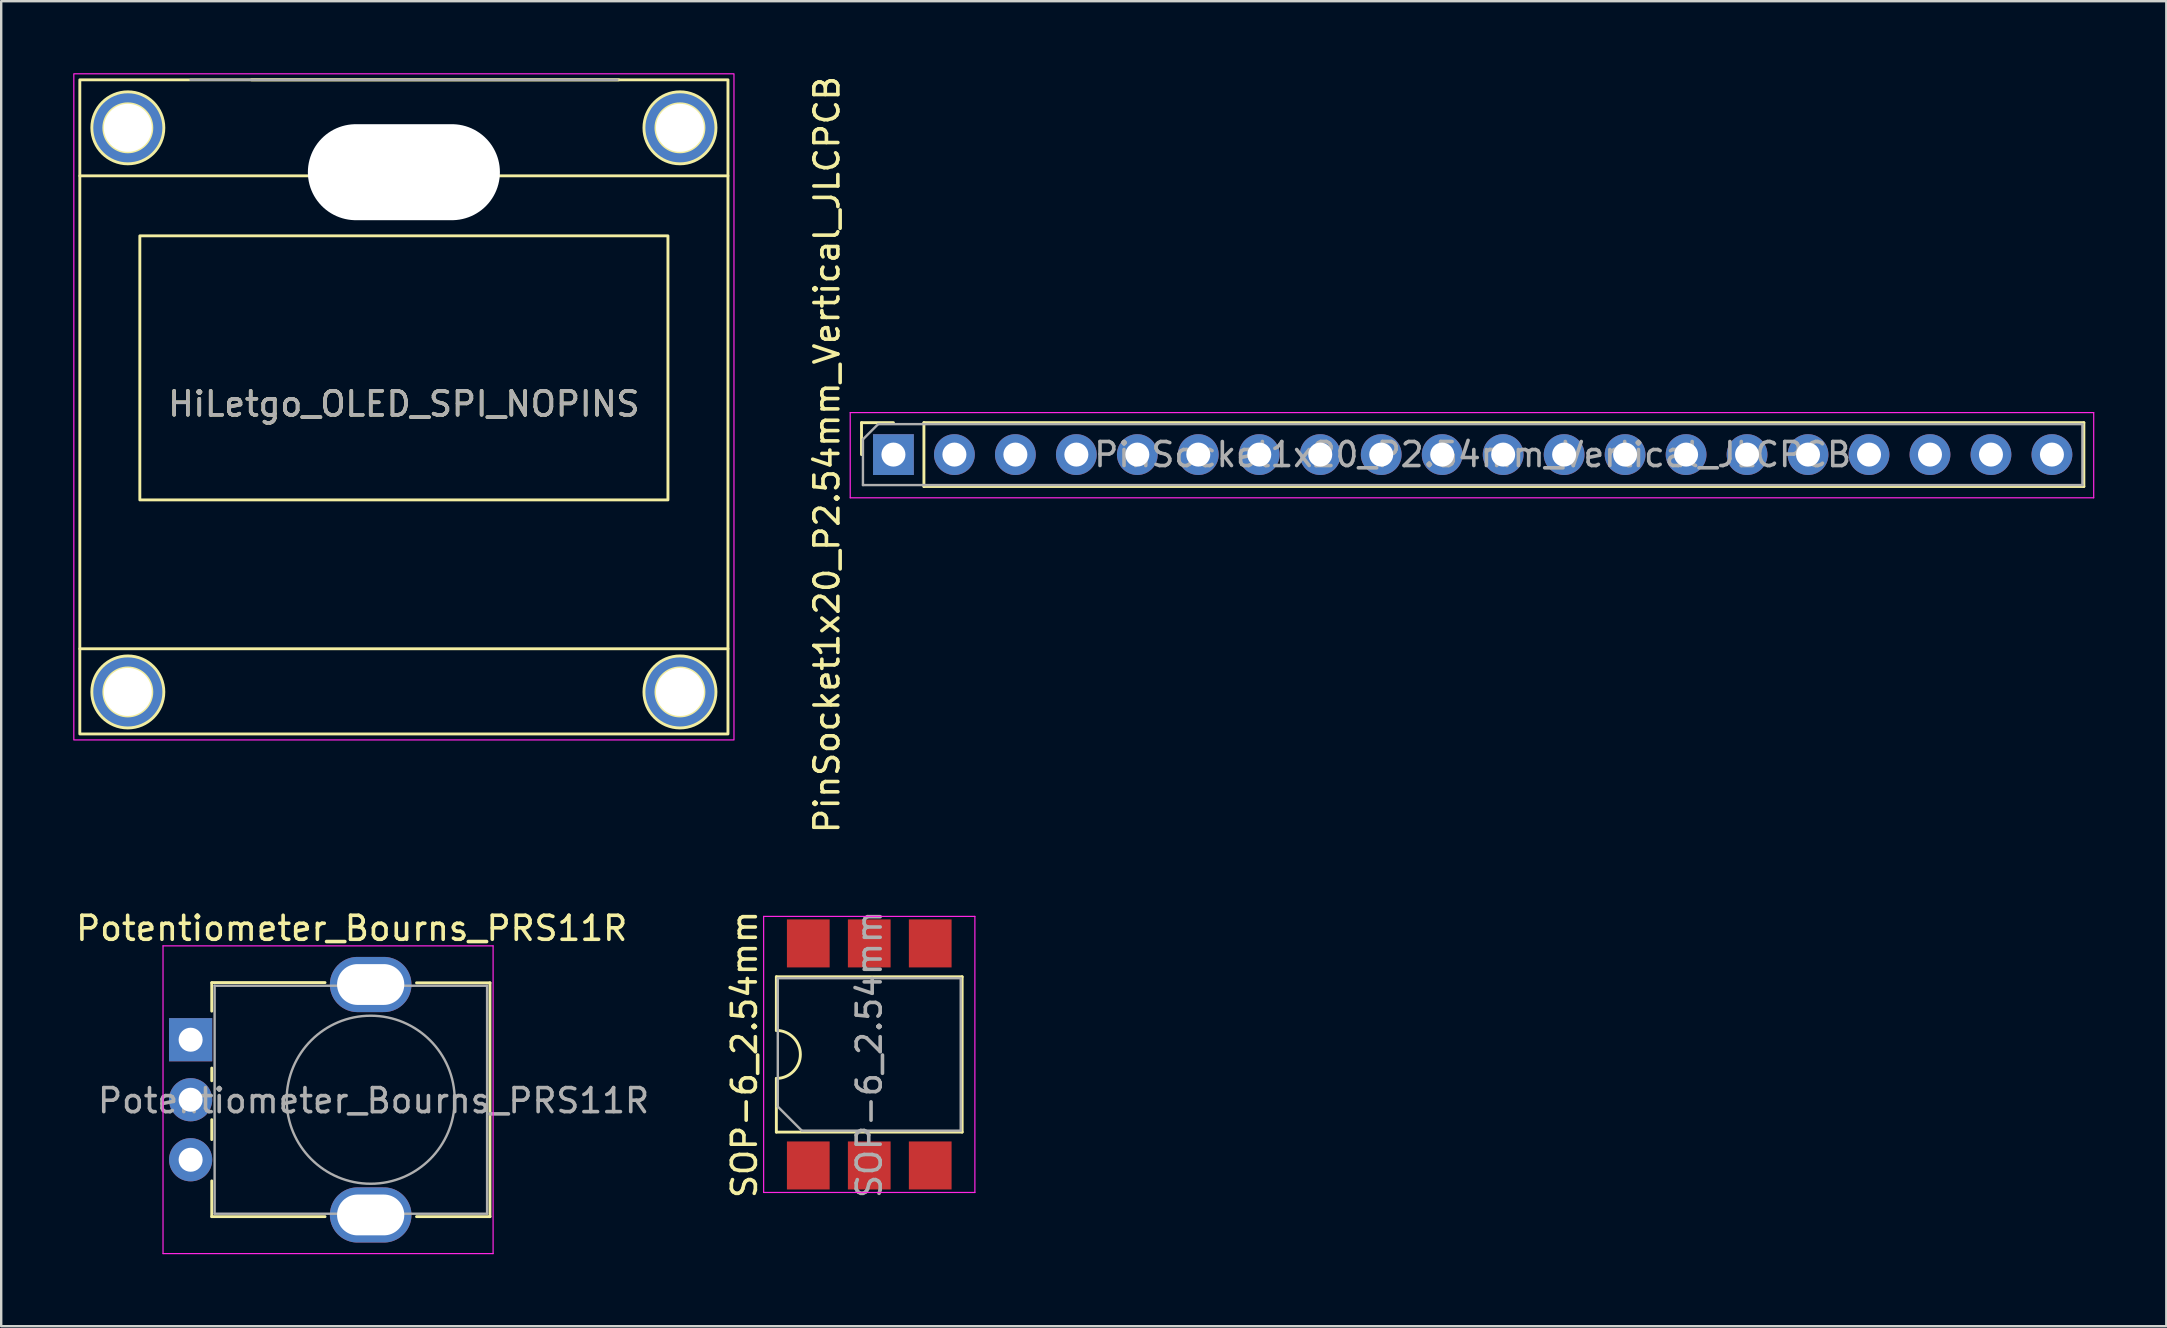
<source format=kicad_pcb>
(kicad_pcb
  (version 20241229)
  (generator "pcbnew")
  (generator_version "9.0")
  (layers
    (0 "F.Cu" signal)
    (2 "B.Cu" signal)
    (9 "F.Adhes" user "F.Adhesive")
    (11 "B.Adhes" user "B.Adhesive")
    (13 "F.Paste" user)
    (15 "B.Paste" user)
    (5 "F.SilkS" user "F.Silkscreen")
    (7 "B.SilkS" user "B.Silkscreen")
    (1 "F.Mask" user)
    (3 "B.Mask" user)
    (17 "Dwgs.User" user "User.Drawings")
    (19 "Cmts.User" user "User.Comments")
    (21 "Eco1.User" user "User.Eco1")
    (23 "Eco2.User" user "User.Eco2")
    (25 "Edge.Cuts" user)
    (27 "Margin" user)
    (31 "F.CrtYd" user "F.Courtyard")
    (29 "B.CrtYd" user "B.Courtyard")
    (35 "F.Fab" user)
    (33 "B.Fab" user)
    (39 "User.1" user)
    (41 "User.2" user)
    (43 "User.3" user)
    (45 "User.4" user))
  (footprint "PinSocket1x20_P2.54mm_Vertical_JLCPCB"
    (layer "F.Cu")
    (at 58.298 15.887)
    (property "Reference" "PinSocket1x20_P2.54mm_Vertical_JLCPCB" (at -26.9 0 90) (layer "F.SilkS") (effects (font (size 1 1) (thickness 0.15))))
    (attr through_hole)
    (fp_line (start -25.46 -1.33) (end -24.13 -1.33) (stroke (width 0.12) (type solid)) (layer "F.SilkS"))
    (fp_line (start -25.46 0) (end -25.46 -1.33) (stroke (width 0.12) (type solid)) (layer "F.SilkS"))
    (fp_line (start -22.86 -1.33) (end 25.46 -1.33) (stroke (width 0.12) (type solid)) (layer "F.SilkS"))
    (fp_line (start -22.86 1.33) (end -22.86 -1.33) (stroke (width 0.12) (type solid)) (layer "F.SilkS"))
    (fp_line (start -22.86 1.33) (end 25.46 1.33) (stroke (width 0.12) (type solid)) (layer "F.SilkS"))
    (fp_line (start 25.46 1.33) (end 25.46 -1.33) (stroke (width 0.12) (type solid)) (layer "F.SilkS"))
    (fp_line (start -25.93 -1.75) (end 25.87 -1.75) (stroke (width 0.05) (type solid)) (layer "F.CrtYd"))
    (fp_line (start -25.93 1.8) (end -25.93 -1.75) (stroke (width 0.05) (type solid)) (layer "F.CrtYd"))
    (fp_line (start 25.87 -1.75) (end 25.87 1.8) (stroke (width 0.05) (type solid)) (layer "F.CrtYd"))
    (fp_line (start 25.87 1.8) (end -25.93 1.8) (stroke (width 0.05) (type solid)) (layer "F.CrtYd"))
    (fp_line (start -25.4 -0.635) (end -24.765 -1.27) (stroke (width 0.1) (type solid)) (layer "F.Fab"))
    (fp_line (start -25.4 1.27) (end -25.4 -0.635) (stroke (width 0.1) (type solid)) (layer "F.Fab"))
    (fp_line (start -24.765 -1.27) (end 25.4 -1.27) (stroke (width 0.1) (type solid)) (layer "F.Fab"))
    (fp_line (start 25.4 -1.27) (end 25.4 1.27) (stroke (width 0.1) (type solid)) (layer "F.Fab"))
    (fp_line (start 25.4 1.27) (end -25.4 1.27) (stroke (width 0.1) (type solid)) (layer "F.Fab"))
    (fp_text user "${REFERENCE}" (at 0 0 180) (layer "F.Fab") (effects (font (size 1 1) (thickness 0.15))))
    (pad "1" thru_hole rect (at -24.13 0 90) (size 1.7 1.7) (drill 1) (layers "*.Cu" "*.Mask"))
    (pad "2" thru_hole oval (at -21.59 0 90) (size 1.7 1.7) (drill 1) (layers "*.Cu" "*.Mask"))
    (pad "3" thru_hole oval (at -19.05 0 90) (size 1.7 1.7) (drill 1) (layers "*.Cu" "*.Mask"))
    (pad "4" thru_hole oval (at -16.51 0 90) (size 1.7 1.7) (drill 1) (layers "*.Cu" "*.Mask"))
    (pad "5" thru_hole oval (at -13.97 0 90) (size 1.7 1.7) (drill 1) (layers "*.Cu" "*.Mask"))
    (pad "6" thru_hole oval (at -11.43 0 90) (size 1.7 1.7) (drill 1) (layers "*.Cu" "*.Mask"))
    (pad "7" thru_hole oval (at -8.89 0 90) (size 1.7 1.7) (drill 1) (layers "*.Cu" "*.Mask"))
    (pad "8" thru_hole oval (at -6.35 0 90) (size 1.7 1.7) (drill 1) (layers "*.Cu" "*.Mask"))
    (pad "9" thru_hole oval (at -3.81 0 90) (size 1.7 1.7) (drill 1) (layers "*.Cu" "*.Mask"))
    (pad "10" thru_hole oval (at -1.27 0 90) (size 1.7 1.7) (drill 1) (layers "*.Cu" "*.Mask"))
    (pad "11" thru_hole oval (at 1.27 0 90) (size 1.7 1.7) (drill 1) (layers "*.Cu" "*.Mask"))
    (pad "12" thru_hole oval (at 3.81 0 90) (size 1.7 1.7) (drill 1) (layers "*.Cu" "*.Mask"))
    (pad "13" thru_hole oval (at 6.35 0 90) (size 1.7 1.7) (drill 1) (layers "*.Cu" "*.Mask"))
    (pad "14" thru_hole oval (at 8.89 0 90) (size 1.7 1.7) (drill 1) (layers "*.Cu" "*.Mask"))
    (pad "15" thru_hole oval (at 11.43 0 90) (size 1.7 1.7) (drill 1) (layers "*.Cu" "*.Mask"))
    (pad "16" thru_hole oval (at 13.97 0 90) (size 1.7 1.7) (drill 1) (layers "*.Cu" "*.Mask"))
    (pad "17" thru_hole oval (at 16.51 0 90) (size 1.7 1.7) (drill 1) (layers "*.Cu" "*.Mask"))
    (pad "18" thru_hole oval (at 19.05 0 90) (size 1.7 1.7) (drill 1) (layers "*.Cu" "*.Mask"))
    (pad "19" thru_hole oval (at 21.59 0 90) (size 1.7 1.7) (drill 1) (layers "*.Cu" "*.Mask"))
    (pad "20" thru_hole oval (at 24.13 0 90) (size 1.7 1.7) (drill 1) (layers "*.Cu" "*.Mask")))
  (footprint "Potentiometer_Bourns_PRS11R"
    (layer "F.Cu")
    (at 4.891 40.262)
    (property "Reference" "Potentiometer_Bourns_PRS11R" (at 6.71 -4.64 180) (layer "F.SilkS") (effects (font (size 1 1) (thickness 0.15))))
    (attr through_hole)
    (fp_line (start 0.88 -2.38) (end 5.6 -2.38) (stroke (width 0.12) (type solid)) (layer "F.SilkS"))
    (fp_line (start 0.88 -1.19) (end 0.88 -2.37) (stroke (width 0.12) (type solid)) (layer "F.SilkS"))
    (fp_line (start 0.88 1.71) (end 0.88 1.18) (stroke (width 0.12) (type solid)) (layer "F.SilkS"))
    (fp_line (start 0.88 4.16) (end 0.88 3.33) (stroke (width 0.12) (type solid)) (layer "F.SilkS"))
    (fp_line (start 0.88 7.37) (end 0.88 5.88) (stroke (width 0.12) (type solid)) (layer "F.SilkS"))
    (fp_line (start 0.88 7.37) (end 5.6 7.37) (stroke (width 0.12) (type solid)) (layer "F.SilkS"))
    (fp_line (start 9.41 -2.37) (end 12.47 -2.37) (stroke (width 0.12) (type solid)) (layer "F.SilkS"))
    (fp_line (start 9.41 7.37) (end 12.47 7.37) (stroke (width 0.12) (type solid)) (layer "F.SilkS"))
    (fp_line (start 12.47 7.37) (end 12.47 -2.37) (stroke (width 0.12) (type solid)) (layer "F.SilkS"))
    (fp_line (start -1.15 -3.91) (end -1.15 8.91) (stroke (width 0.05) (type solid)) (layer "F.CrtYd"))
    (fp_line (start -1.15 8.91) (end 12.6 8.91) (stroke (width 0.05) (type solid)) (layer "F.CrtYd"))
    (fp_line (start 12.6 -3.91) (end -1.15 -3.91) (stroke (width 0.05) (type solid)) (layer "F.CrtYd"))
    (fp_line (start 12.6 8.91) (end 12.6 -3.91) (stroke (width 0.05) (type solid)) (layer "F.CrtYd"))
    (fp_line (start 1 -2.25) (end 12.35 -2.25) (stroke (width 0.1) (type solid)) (layer "F.Fab"))
    (fp_line (start 1 7.25) (end 1 -2.25) (stroke (width 0.1) (type solid)) (layer "F.Fab"))
    (fp_line (start 1 7.25) (end 12.35 7.25) (stroke (width 0.1) (type solid)) (layer "F.Fab"))
    (fp_line (start 12.35 7.25) (end 12.35 -2.25) (stroke (width 0.1) (type solid)) (layer "F.Fab"))
    (fp_circle (center 7.5 2.5) (end 7.5 -1) (stroke (width 0.1) (type solid)) (fill no) (layer "F.Fab"))
    (fp_text user "${REFERENCE}" (at 7.62 2.54 0) (layer "F.Fab") (effects (font (size 1 1) (thickness 0.15))))
    (pad "" thru_hole oval (at 7.5 -2.3 90) (size 2.3 3.4) (drill oval 1.7 2.8) (layers "*.Cu" "*.Mask"))
    (pad "" thru_hole oval (at 7.5 7.3 90) (size 2.3 3.4) (drill oval 1.7 2.8) (layers "*.Cu" "*.Mask"))
    (pad "1" thru_hole rect (at 0 0 90) (size 1.8 1.8) (drill 1) (layers "*.Cu" "*.Mask"))
    (pad "2" thru_hole circle (at 0 2.5 90) (size 1.8 1.8) (drill 1) (layers "*.Cu" "*.Mask"))
    (pad "3" thru_hole circle (at 0 5 90) (size 1.8 1.8) (drill 1) (layers "*.Cu" "*.Mask")))
  (footprint "HiLetgo_OLED_SPI_NOPINS"
    (layer "F.Cu")
    (at 13.775 13.775)
    (property "Reference" "HiLetgo_OLED_SPI_NOPINS" (at 0 0 0) (unlocked yes) (layer "F.SilkS") (effects (font (size 1 1) (thickness 0.15))))
    (attr through_hole)
    (fp_line (start -13.5 -9.5) (end 13.5 -9.5) (stroke (width 0.12) (type solid)) (layer "F.SilkS"))
    (fp_line (start -13.5 10.2) (end 13.5 10.2) (stroke (width 0.12) (type solid)) (layer "F.SilkS"))
    (fp_line (start -6.35 -13.5) (end 8.95 -13.5) (stroke (width 0.12) (type solid)) (layer "F.SilkS"))
    (fp_rect (start -13.5 -13.5) (end 13.5 13.75) (stroke (width 0.12) (type solid)) (fill no) (layer "F.SilkS"))
    (fp_rect (start -11 -7) (end 11 4) (stroke (width 0.12) (type solid)) (fill no) (layer "F.SilkS"))
    (fp_circle (center -11.5 -11.5) (end -13 -11.5) (stroke (width 0.12) (type solid)) (fill no) (layer "F.SilkS"))
    (fp_circle (center -11.5 -11.5) (end -10.5 -11.5) (stroke (width 0.12) (type solid)) (fill no) (layer "F.SilkS"))
    (fp_circle (center -11.5 12) (end -10.5 12) (stroke (width 0.12) (type solid)) (fill no) (layer "F.SilkS"))
    (fp_circle (center -11.5 12) (end -10 12) (stroke (width 0.12) (type solid)) (fill no) (layer "F.SilkS"))
    (fp_circle (center 11.5 -11.5) (end 12.5 -11.5) (stroke (width 0.12) (type solid)) (fill no) (layer "F.SilkS"))
    (fp_circle (center 11.5 -11.5) (end 13 -11.5) (stroke (width 0.12) (type solid)) (fill no) (layer "F.SilkS"))
    (fp_circle (center 11.5 12) (end 12.5 12) (stroke (width 0.12) (type solid)) (fill no) (layer "F.SilkS"))
    (fp_circle (center 11.5 12) (end 13 12) (stroke (width 0.12) (type solid)) (fill no) (layer "F.SilkS"))
    (fp_rect (start -13.75 -13.75) (end 13.75 14) (stroke (width 0.05) (type solid)) (fill no) (layer "F.CrtYd"))
    (fp_line (start -8.89 -13.5) (end 8.89 -13.5) (stroke (width 0.1) (type solid)) (layer "F.Fab"))
    (fp_text user "${REFERENCE}" (at 0 0 180) (layer "F.Fab") (effects (font (size 1 1) (thickness 0.15))))
    (pad "" np_thru_hole circle (at -11.5 -11.5) (size 3 3) (drill 2) (layers "*.Cu" "*.Mask"))
    (pad "" np_thru_hole circle (at -11.5 12) (size 3 3) (drill 2) (layers "*.Cu" "*.Mask"))
    (pad "" np_thru_hole oval (at 0 -9.652) (size 8 4) (drill oval 8 4) (layers "*.Cu" "*.Mask"))
    (pad "" np_thru_hole circle (at 11.5 -11.5) (size 3 3) (drill 2) (layers "*.Cu" "*.Mask"))
    (pad "" np_thru_hole circle (at 11.5 12) (size 3 3) (drill 2) (layers "*.Cu" "*.Mask")))
  (footprint "SOP-6_2.54mm"
    (layer "F.Cu")
    (at 33.161 40.875)
    (property "Reference" "SOP-6_2.54mm" (at -5.2 0 90) (layer "F.SilkS") (effects (font (size 1 1) (thickness 0.15))))
    (attr smd)
    (fp_line (start -3.87 -3.235) (end -3.87 -1) (stroke (width 0.12) (type solid)) (layer "F.SilkS"))
    (fp_line (start -3.87 1) (end -3.87 3.235) (stroke (width 0.12) (type solid)) (layer "F.SilkS"))
    (fp_line (start -3.87 3.235) (end 3.87 3.235) (stroke (width 0.12) (type solid)) (layer "F.SilkS"))
    (fp_line (start 3.87 -3.235) (end -3.87 -3.235) (stroke (width 0.12) (type solid)) (layer "F.SilkS"))
    (fp_line (start 3.87 3.235) (end 3.87 -3.235) (stroke (width 0.12) (type solid)) (layer "F.SilkS"))
    (fp_arc (start -3.87 -1) (mid -2.87 0) (end -3.87 1) (stroke (width 0.12) (type solid)) (layer "F.SilkS"))
    (fp_line (start -4.4 -5.75) (end -4.4 5.75) (stroke (width 0.05) (type solid)) (layer "F.CrtYd"))
    (fp_line (start -4.4 5.75) (end 4.4 5.75) (stroke (width 0.05) (type solid)) (layer "F.CrtYd"))
    (fp_line (start 4.4 -5.75) (end -4.4 -5.75) (stroke (width 0.05) (type solid)) (layer "F.CrtYd"))
    (fp_line (start 4.4 5.75) (end 4.4 -5.75) (stroke (width 0.05) (type solid)) (layer "F.CrtYd"))
    (fp_line (start -3.81 -3.175) (end 3.81 -3.175) (stroke (width 0.1) (type solid)) (layer "F.Fab"))
    (fp_line (start -3.81 2.175) (end -3.81 -3.175) (stroke (width 0.1) (type solid)) (layer "F.Fab"))
    (fp_line (start -2.81 3.175) (end -3.81 2.175) (stroke (width 0.1) (type solid)) (layer "F.Fab"))
    (fp_line (start 3.81 -3.175) (end 3.81 3.175) (stroke (width 0.1) (type solid)) (layer "F.Fab"))
    (fp_line (start 3.81 3.175) (end -2.81 3.175) (stroke (width 0.1) (type solid)) (layer "F.Fab"))
    (fp_text user "${REFERENCE}" (at 0 0 90) (layer "F.Fab") (effects (font (size 1 1) (thickness 0.15))))
    (pad "1" smd rect (at -2.54 4.625 90) (size 2 1.78) (layers "F.Cu" "F.Mask" "F.Paste"))
    (pad "2" smd rect (at 0 4.625 90) (size 2 1.78) (layers "F.Cu" "F.Mask" "F.Paste"))
    (pad "3" smd rect (at 2.54 4.625 90) (size 2 1.78) (layers "F.Cu" "F.Mask" "F.Paste"))
    (pad "4" smd rect (at 2.54 -4.625 90) (size 2 1.78) (layers "F.Cu" "F.Mask" "F.Paste"))
    (pad "5" smd rect (at 0 -4.625 90) (size 2 1.78) (layers "F.Cu" "F.Mask" "F.Paste"))
    (pad "6" smd rect (at -2.54 -4.625 90) (size 2 1.78) (layers "F.Cu" "F.Mask" "F.Paste")))
  (gr_rect
    (start -3 -3)
    (end 87.193 52.197)
    (stroke (width 0.1) (type default))
    (fill no)
    (layer "Edge.Cuts")))
</source>
